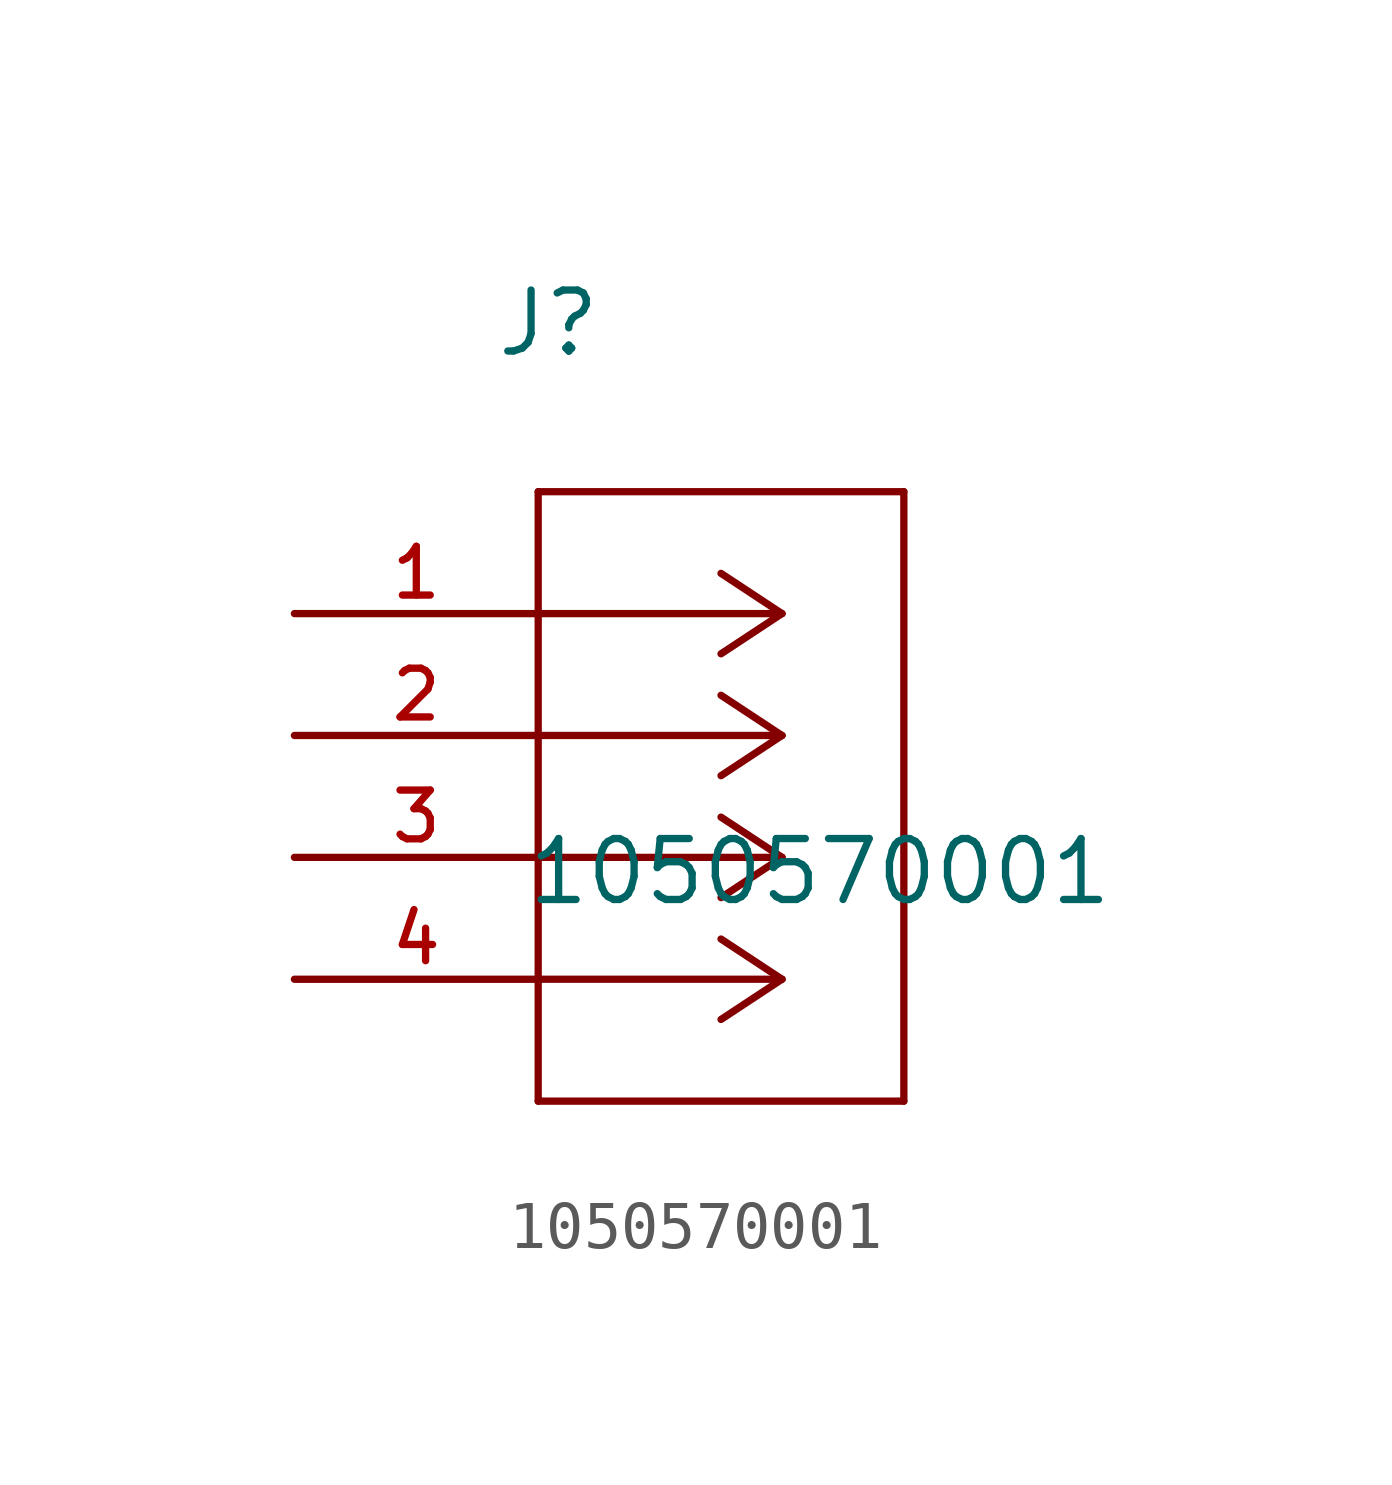
<source format=kicad_sym>
(kicad_symbol_lib
  (version 20211014)
  (generator kicad_symbol_editor)
  (symbol "1050570001"
    (pin_names
      (offset 1.016))
    (property "Reference" "J"
      (at 4.166 5.309 0.0)
      (effects (font (size 1.27 1.27)) (justify bottom left)))
    (property "Value" "1050570001"
      (at 4.801 -6.121 0.0)
      (effects (font (size 1.27 1.27)) (justify bottom left)))
    (symbol "1050570001_0_0"
      (polyline (pts (xy 10.16 0.0) (xy 5.08 0.0)) (stroke (width 0.152)))
      (polyline (pts (xy 10.16 -2.54) (xy 5.08 -2.54)) (stroke (width 0.152)))
      (polyline (pts (xy 10.16 -5.08) (xy 5.08 -5.08)) (stroke (width 0.152)))
      (polyline (pts (xy 10.16 -7.62) (xy 5.08 -7.62)) (stroke (width 0.152)))
      (polyline (pts (xy 10.16 0.0) (xy 8.89 0.838)) (stroke (width 0.152)))
      (polyline (pts (xy 10.16 -2.54) (xy 8.89 -1.702)) (stroke (width 0.152)))
      (polyline (pts (xy 10.16 -5.08) (xy 8.89 -4.242)) (stroke (width 0.152)))
      (polyline (pts (xy 10.16 -7.62) (xy 8.89 -6.782)) (stroke (width 0.152)))
      (polyline (pts (xy 10.16 0.0) (xy 8.89 -0.838)) (stroke (width 0.152)))
      (polyline (pts (xy 10.16 -2.54) (xy 8.89 -3.378)) (stroke (width 0.152)))
      (polyline (pts (xy 10.16 -5.08) (xy 8.89 -5.918)) (stroke (width 0.152)))
      (polyline (pts (xy 10.16 -7.62) (xy 8.89 -8.458)) (stroke (width 0.152)))
      (polyline (pts (xy 5.08 2.54) (xy 5.08 -10.16)) (stroke (width 0.152)))
      (polyline (pts (xy 5.08 -10.16) (xy 12.7 -10.16)) (stroke (width 0.152)))
      (polyline (pts (xy 12.7 -10.16) (xy 12.7 2.54)) (stroke (width 0.152)))
      (polyline (pts (xy 12.7 2.54) (xy 5.08 2.54)) (stroke (width 0.152)))
      (pin passive line (at 0.0 0.0 0) (length 5.08) (name "~" (effects (font (size 1.016 1.016)))) (number "1" (effects (font (size 1.016 1.016)))))
      (pin passive line (at 0.0 -2.54 0) (length 5.08) (name "~" (effects (font (size 1.016 1.016)))) (number "2" (effects (font (size 1.016 1.016)))))
      (pin passive line (at 0.0 -5.08 0) (length 5.08) (name "~" (effects (font (size 1.016 1.016)))) (number "3" (effects (font (size 1.016 1.016)))))
      (pin passive line (at 0.0 -7.62 0) (length 5.08) (name "~" (effects (font (size 1.016 1.016)))) (number "4" (effects (font (size 1.016 1.016))))))))
</source>
